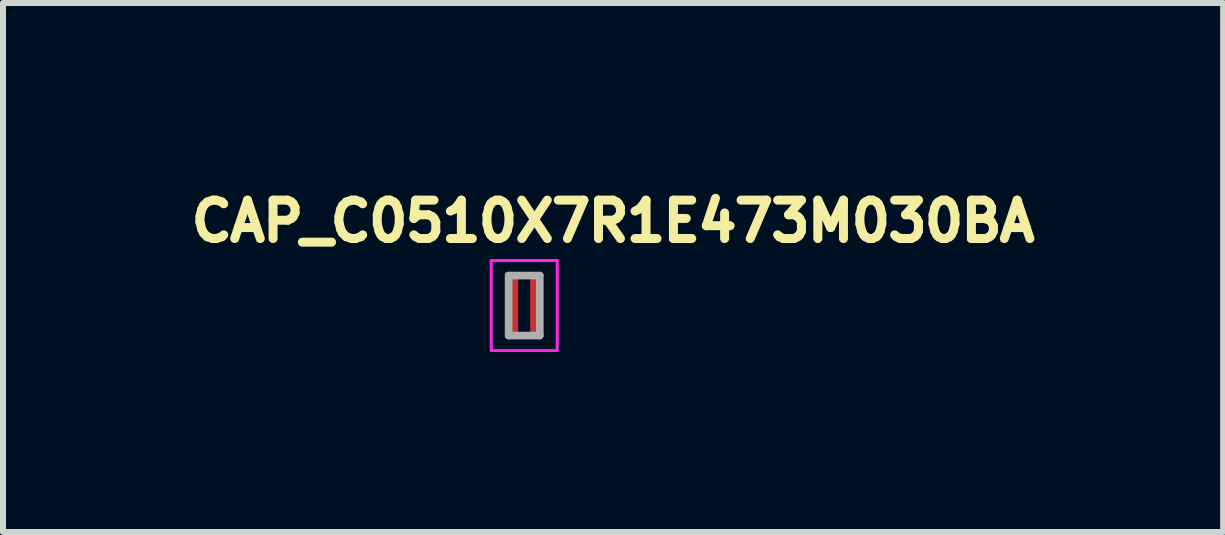
<source format=kicad_pcb>
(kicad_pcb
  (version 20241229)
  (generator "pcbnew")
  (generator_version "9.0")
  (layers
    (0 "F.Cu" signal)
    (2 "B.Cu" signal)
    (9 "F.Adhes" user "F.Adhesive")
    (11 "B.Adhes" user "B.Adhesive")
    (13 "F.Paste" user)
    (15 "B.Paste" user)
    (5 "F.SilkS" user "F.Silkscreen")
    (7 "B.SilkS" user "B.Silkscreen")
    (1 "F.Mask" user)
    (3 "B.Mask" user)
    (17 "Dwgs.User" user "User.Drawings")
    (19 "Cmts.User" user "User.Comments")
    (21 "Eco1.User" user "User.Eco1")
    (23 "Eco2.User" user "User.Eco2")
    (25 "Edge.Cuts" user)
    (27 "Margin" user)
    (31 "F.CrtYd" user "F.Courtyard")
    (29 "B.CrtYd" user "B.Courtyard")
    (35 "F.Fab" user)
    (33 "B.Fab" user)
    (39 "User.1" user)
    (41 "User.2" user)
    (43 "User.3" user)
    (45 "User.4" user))
  (footprint "CAP_C0510X7R1E473M030BA"
    (layer "F.Cu")
    (at 5.689 2.044)
    (property "Reference" "CAP_C0510X7R1E473M030BA" (at 1.482 -1.406 0) (layer "F.SilkS") (effects (font (size 0.64 0.64) (thickness 0.15))))
    (attr smd)
    (fp_line (start -0.55 -0.75) (end -0.55 0.75) (stroke (width 0.05) (type solid)) (layer "F.CrtYd"))
    (fp_line (start -0.55 0.75) (end 0.55 0.75) (stroke (width 0.05) (type solid)) (layer "F.CrtYd"))
    (fp_line (start 0.55 -0.75) (end -0.55 -0.75) (stroke (width 0.05) (type solid)) (layer "F.CrtYd"))
    (fp_line (start 0.55 0.75) (end 0.55 -0.75) (stroke (width 0.05) (type solid)) (layer "F.CrtYd"))
    (fp_line (start -0.26 -0.5) (end -0.26 0.5) (stroke (width 0.127) (type solid)) (layer "F.Fab"))
    (fp_line (start -0.26 -0.5) (end 0.26 -0.5) (stroke (width 0.127) (type solid)) (layer "F.Fab"))
    (fp_line (start -0.26 0.5) (end 0.26 0.5) (stroke (width 0.127) (type solid)) (layer "F.Fab"))
    (fp_line (start 0.26 -0.5) (end 0.26 0.5) (stroke (width 0.127) (type solid)) (layer "F.Fab"))
    (pad "1" smd rect (at -0.2 0) (size 0.2 1) (layers "F.Cu" "F.Mask" "F.Paste"))
    (pad "2" smd rect (at 0.2 0) (size 0.2 1) (layers "F.Cu" "F.Mask" "F.Paste")))
  (gr_rect
    (start -3 -3)
    (end 17.341 5.819)
    (stroke (width 0.1) (type default))
    (fill no)
    (layer "Edge.Cuts")))
</source>
